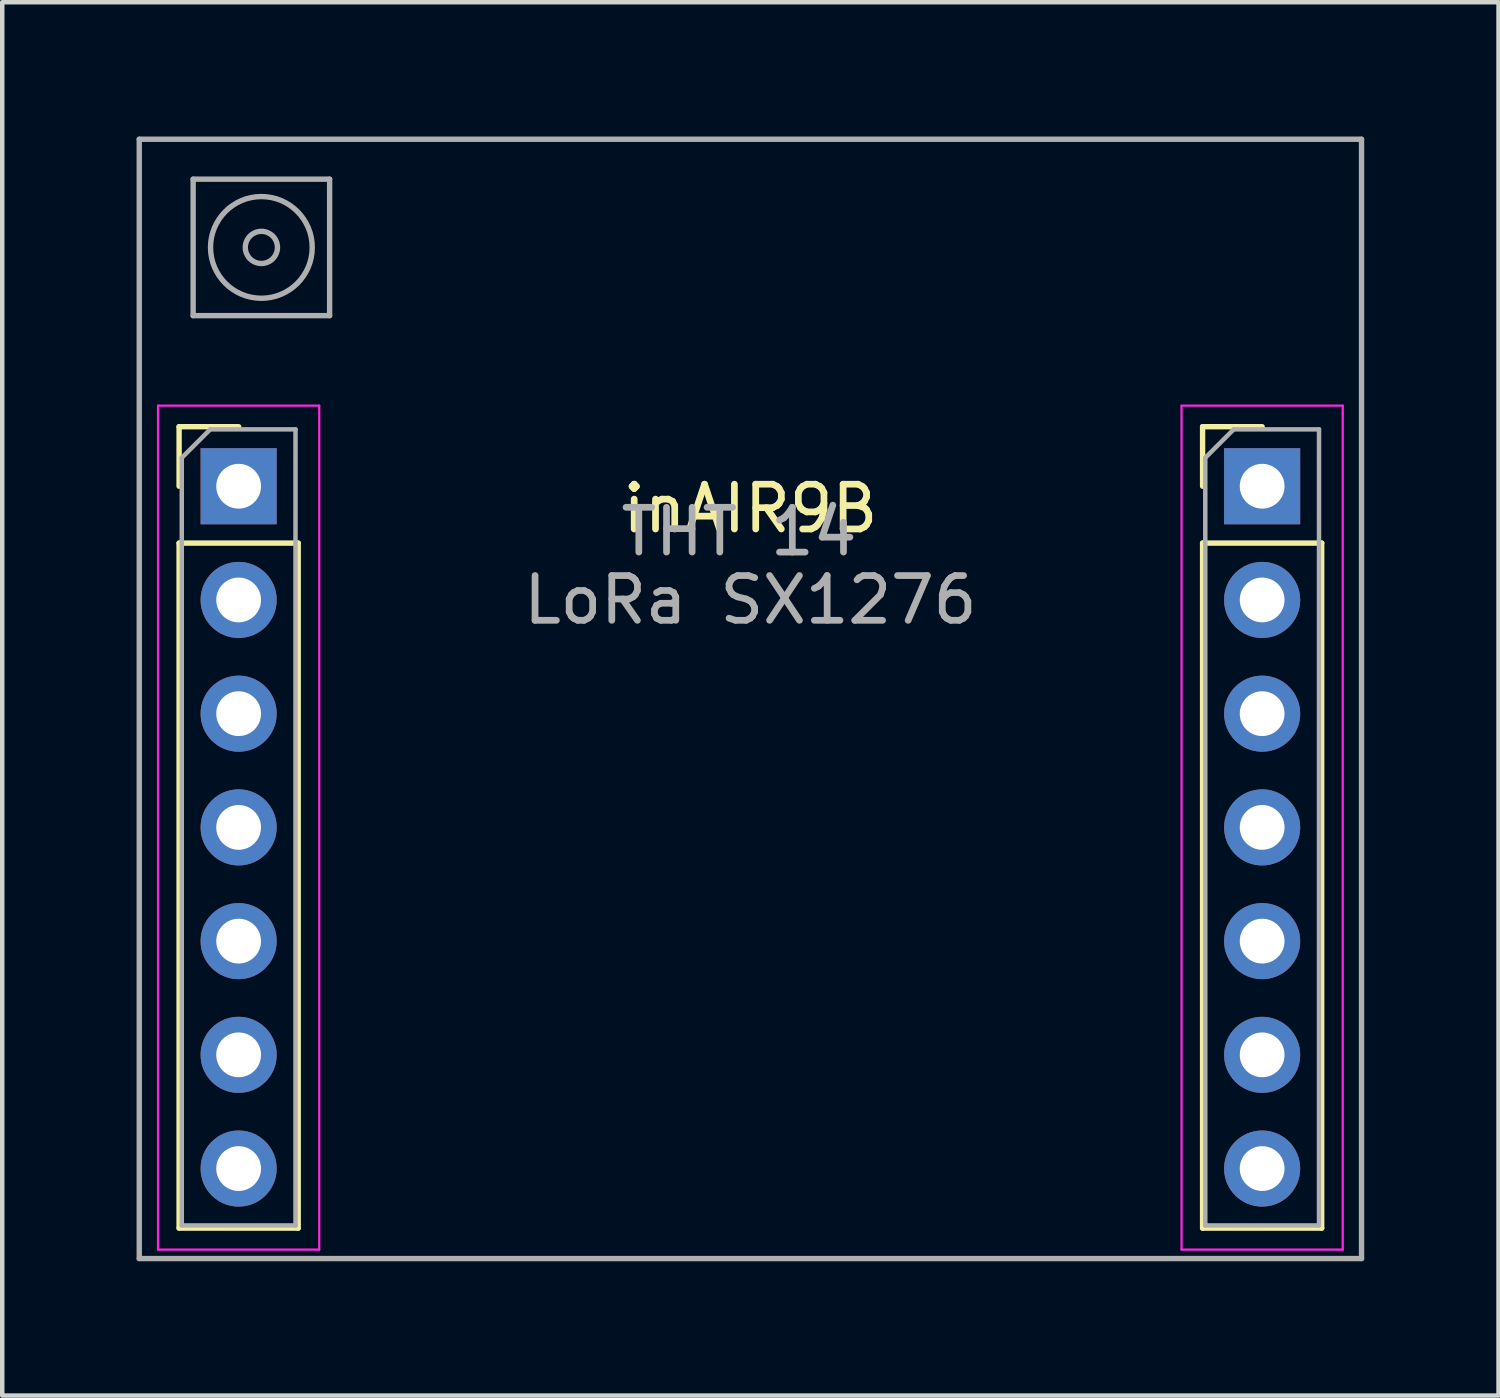
<source format=kicad_pcb>
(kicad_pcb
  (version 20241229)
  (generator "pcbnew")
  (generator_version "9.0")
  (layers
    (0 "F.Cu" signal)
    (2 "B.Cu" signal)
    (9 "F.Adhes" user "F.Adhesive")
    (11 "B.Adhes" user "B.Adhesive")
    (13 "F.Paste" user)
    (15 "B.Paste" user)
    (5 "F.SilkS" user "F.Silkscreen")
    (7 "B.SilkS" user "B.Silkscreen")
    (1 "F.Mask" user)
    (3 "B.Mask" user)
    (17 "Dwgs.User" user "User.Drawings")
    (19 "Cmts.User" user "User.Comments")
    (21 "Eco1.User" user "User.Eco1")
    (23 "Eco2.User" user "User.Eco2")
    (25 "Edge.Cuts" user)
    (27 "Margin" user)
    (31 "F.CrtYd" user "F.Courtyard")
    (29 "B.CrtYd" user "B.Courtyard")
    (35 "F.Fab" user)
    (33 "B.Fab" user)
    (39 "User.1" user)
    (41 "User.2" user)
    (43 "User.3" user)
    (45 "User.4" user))
  (footprint "inAIR9B"
    (layer "F.Cu")
    (at 13.71 7.81)
    (property "Reference" "inAIR9B" (at 0 0.5 0) (unlocked yes) (layer "F.SilkS") (effects (font (size 1 1) (thickness 0.15))))
    (attr through_hole)
    (fp_line (start -12.76 -1.33) (end -11.43 -1.33) (stroke (width 0.12) (type solid)) (layer "F.SilkS"))
    (fp_line (start -12.76 0) (end -12.76 -1.33) (stroke (width 0.12) (type solid)) (layer "F.SilkS"))
    (fp_line (start -12.76 1.27) (end -12.76 16.57) (stroke (width 0.12) (type solid)) (layer "F.SilkS"))
    (fp_line (start -12.76 1.27) (end -10.1 1.27) (stroke (width 0.12) (type solid)) (layer "F.SilkS"))
    (fp_line (start -12.76 16.57) (end -10.1 16.57) (stroke (width 0.12) (type solid)) (layer "F.SilkS"))
    (fp_line (start -10.1 1.27) (end -10.1 16.57) (stroke (width 0.12) (type solid)) (layer "F.SilkS"))
    (fp_line (start 10.1 -1.33) (end 11.43 -1.33) (stroke (width 0.12) (type solid)) (layer "F.SilkS"))
    (fp_line (start 10.1 0) (end 10.1 -1.33) (stroke (width 0.12) (type solid)) (layer "F.SilkS"))
    (fp_line (start 10.1 1.27) (end 10.1 16.57) (stroke (width 0.12) (type solid)) (layer "F.SilkS"))
    (fp_line (start 10.1 1.27) (end 12.76 1.27) (stroke (width 0.12) (type solid)) (layer "F.SilkS"))
    (fp_line (start 10.1 16.57) (end 12.76 16.57) (stroke (width 0.12) (type solid)) (layer "F.SilkS"))
    (fp_line (start 12.76 1.27) (end 12.76 16.57) (stroke (width 0.12) (type solid)) (layer "F.SilkS"))
    (fp_line (start -13.23 -1.8) (end -13.23 17.05) (stroke (width 0.05) (type solid)) (layer "F.CrtYd"))
    (fp_line (start -13.23 17.05) (end -9.63 17.05) (stroke (width 0.05) (type solid)) (layer "F.CrtYd"))
    (fp_line (start -9.63 -1.8) (end -13.23 -1.8) (stroke (width 0.05) (type solid)) (layer "F.CrtYd"))
    (fp_line (start -9.63 17.05) (end -9.63 -1.8) (stroke (width 0.05) (type solid)) (layer "F.CrtYd"))
    (fp_line (start 9.63 -1.8) (end 9.63 17.05) (stroke (width 0.05) (type solid)) (layer "F.CrtYd"))
    (fp_line (start 9.63 17.05) (end 13.23 17.05) (stroke (width 0.05) (type solid)) (layer "F.CrtYd"))
    (fp_line (start 13.23 -1.8) (end 9.63 -1.8) (stroke (width 0.05) (type solid)) (layer "F.CrtYd"))
    (fp_line (start 13.23 17.05) (end 13.23 -1.8) (stroke (width 0.05) (type solid)) (layer "F.CrtYd"))
    (fp_line (start -13.65 -7.75) (end -13.65 17.25) (stroke (width 0.12) (type solid)) (layer "F.Fab"))
    (fp_line (start -13.65 17.25) (end 13.65 17.25) (stroke (width 0.12) (type solid)) (layer "F.Fab"))
    (fp_line (start -12.7 -0.635) (end -12.065 -1.27) (stroke (width 0.1) (type solid)) (layer "F.Fab"))
    (fp_line (start -12.7 16.51) (end -12.7 -0.635) (stroke (width 0.1) (type solid)) (layer "F.Fab"))
    (fp_line (start -12.446 -6.858) (end -12.446 -3.81) (stroke (width 0.12) (type solid)) (layer "F.Fab"))
    (fp_line (start -12.446 -3.81) (end -9.398 -3.81) (stroke (width 0.12) (type solid)) (layer "F.Fab"))
    (fp_line (start -12.065 -1.27) (end -10.16 -1.27) (stroke (width 0.1) (type solid)) (layer "F.Fab"))
    (fp_line (start -10.16 -1.27) (end -10.16 16.51) (stroke (width 0.1) (type solid)) (layer "F.Fab"))
    (fp_line (start -10.16 16.51) (end -12.7 16.51) (stroke (width 0.1) (type solid)) (layer "F.Fab"))
    (fp_line (start -9.398 -6.858) (end -12.446 -6.858) (stroke (width 0.12) (type solid)) (layer "F.Fab"))
    (fp_line (start -9.398 -3.81) (end -9.398 -6.858) (stroke (width 0.12) (type solid)) (layer "F.Fab"))
    (fp_line (start 10.16 -0.635) (end 10.795 -1.27) (stroke (width 0.1) (type solid)) (layer "F.Fab"))
    (fp_line (start 10.16 16.51) (end 10.16 -0.635) (stroke (width 0.1) (type solid)) (layer "F.Fab"))
    (fp_line (start 10.795 -1.27) (end 12.7 -1.27) (stroke (width 0.1) (type solid)) (layer "F.Fab"))
    (fp_line (start 12.7 -1.27) (end 12.7 16.51) (stroke (width 0.1) (type solid)) (layer "F.Fab"))
    (fp_line (start 12.7 16.51) (end 10.16 16.51) (stroke (width 0.1) (type solid)) (layer "F.Fab"))
    (fp_line (start 13.65 -7.75) (end -13.65 -7.75) (stroke (width 0.12) (type solid)) (layer "F.Fab"))
    (fp_line (start 13.65 17.25) (end 13.65 -7.75) (stroke (width 0.12) (type solid)) (layer "F.Fab"))
    (fp_circle (center -10.922 -5.334) (end -10.668 -5.08) (stroke (width 0.12) (type solid)) (fill no) (layer "F.Fab"))
    (fp_circle (center -10.922 -5.334) (end -10.414 -4.318) (stroke (width 0.12) (type solid)) (fill no) (layer "F.Fab"))
    (fp_text user "THT 14" (at -0.254 1.016 0) (layer "F.Fab") (effects (font (size 1 1) (thickness 0.15))))
    (fp_text user "LoRa SX1276" (at 0 2.54 0) (layer "F.Fab") (effects (font (size 1 1) (thickness 0.15))))
    (pad "1" thru_hole rect (at -11.43 0) (size 1.7 1.7) (drill 1) (layers "*.Cu" "*.Mask"))
    (pad "2" thru_hole oval (at -11.43 2.54) (size 1.7 1.7) (drill 1) (layers "*.Cu" "*.Mask"))
    (pad "3" thru_hole oval (at -11.43 5.08) (size 1.7 1.7) (drill 1) (layers "*.Cu" "*.Mask"))
    (pad "4" thru_hole oval (at -11.43 7.62) (size 1.7 1.7) (drill 1) (layers "*.Cu" "*.Mask"))
    (pad "5" thru_hole oval (at -11.43 10.16) (size 1.7 1.7) (drill 1) (layers "*.Cu" "*.Mask"))
    (pad "6" thru_hole oval (at -11.43 12.7) (size 1.7 1.7) (drill 1) (layers "*.Cu" "*.Mask"))
    (pad "7" thru_hole oval (at -11.43 15.24) (size 1.7 1.7) (drill 1) (layers "*.Cu" "*.Mask"))
    (pad "8" thru_hole oval (at 11.43 15.24) (size 1.7 1.7) (drill 1) (layers "*.Cu" "*.Mask"))
    (pad "9" thru_hole oval (at 11.43 12.7) (size 1.7 1.7) (drill 1) (layers "*.Cu" "*.Mask"))
    (pad "10" thru_hole oval (at 11.43 10.16) (size 1.7 1.7) (drill 1) (layers "*.Cu" "*.Mask"))
    (pad "11" thru_hole oval (at 11.43 7.62) (size 1.7 1.7) (drill 1) (layers "*.Cu" "*.Mask"))
    (pad "12" thru_hole oval (at 11.43 5.08) (size 1.7 1.7) (drill 1) (layers "*.Cu" "*.Mask"))
    (pad "13" thru_hole oval (at 11.43 2.54) (size 1.7 1.7) (drill 1) (layers "*.Cu" "*.Mask"))
    (pad "14" thru_hole rect (at 11.43 0) (size 1.7 1.7) (drill 1) (layers "*.Cu" "*.Mask")))
  (gr_rect
    (start -3 -3)
    (end 30.42 28.12)
    (stroke (width 0.1) (type default))
    (fill no)
    (layer "Edge.Cuts")))
</source>
